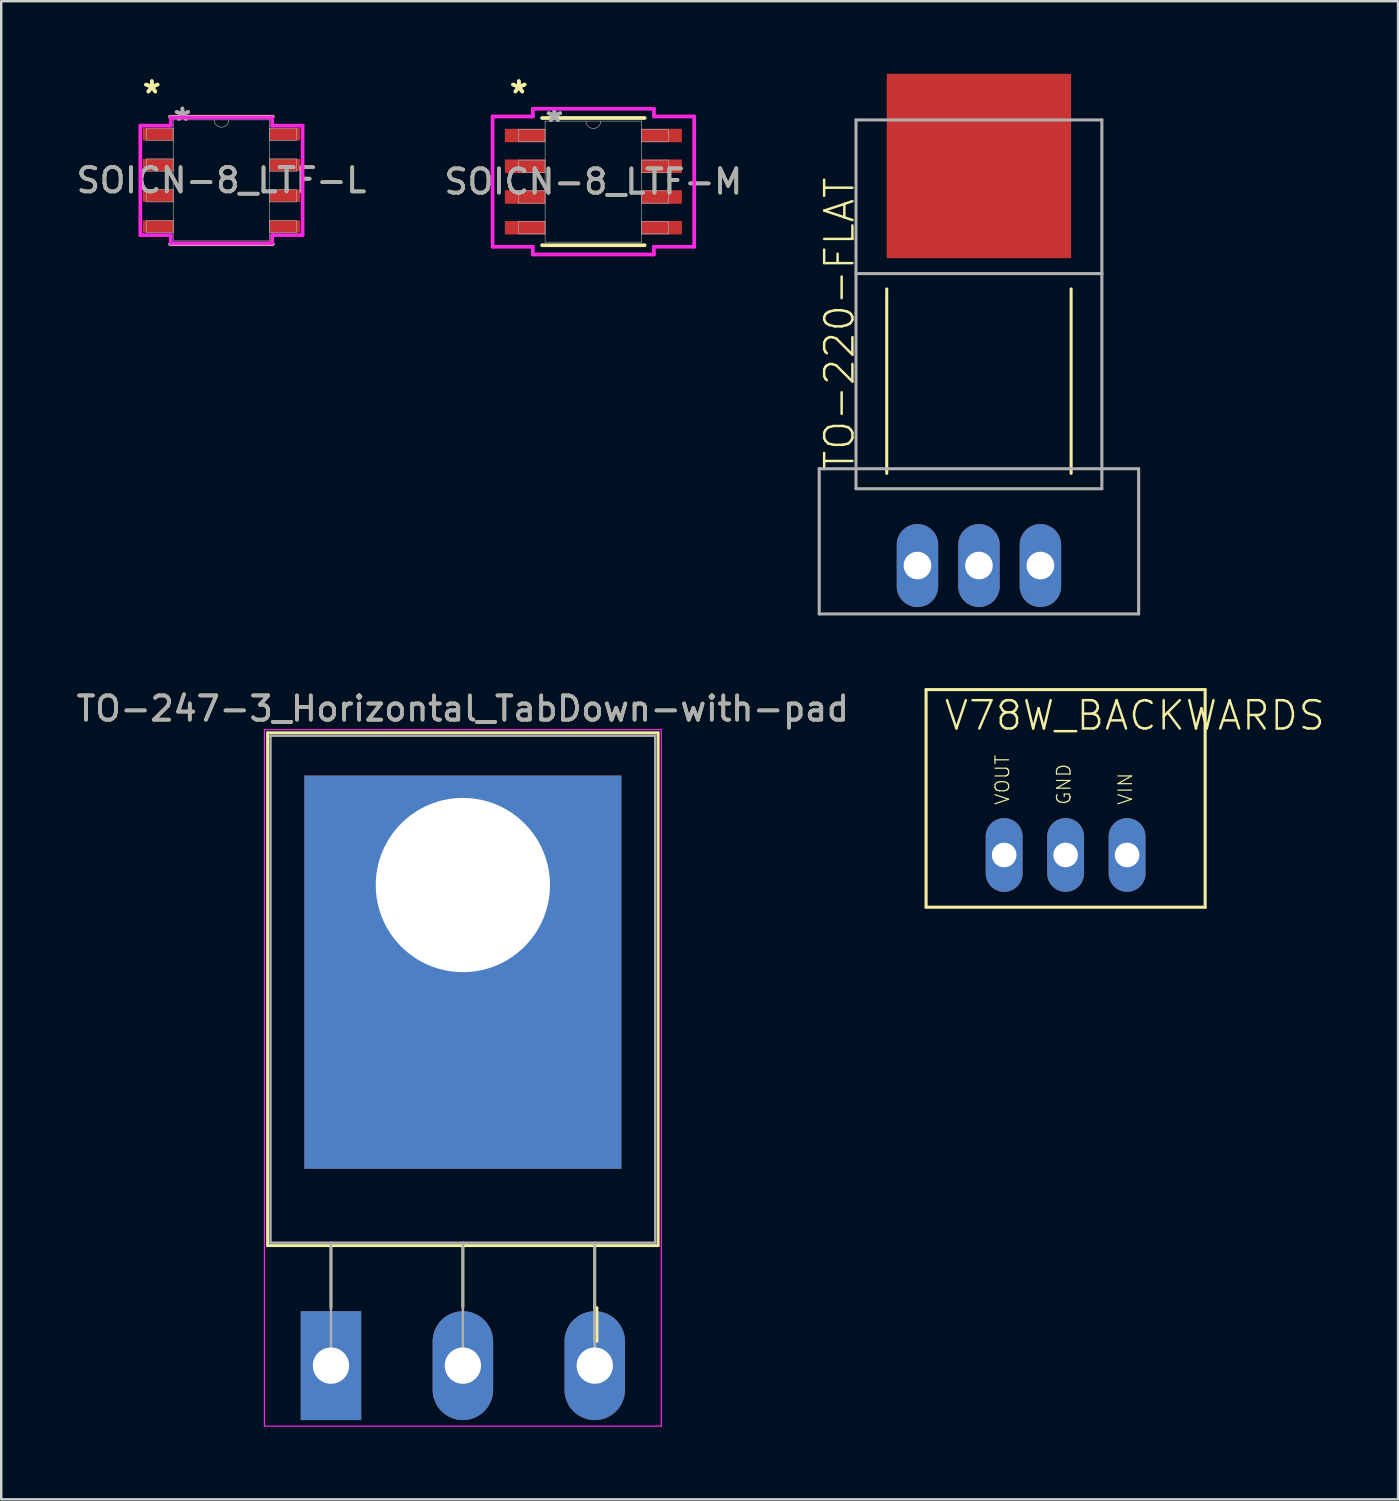
<source format=kicad_pcb>
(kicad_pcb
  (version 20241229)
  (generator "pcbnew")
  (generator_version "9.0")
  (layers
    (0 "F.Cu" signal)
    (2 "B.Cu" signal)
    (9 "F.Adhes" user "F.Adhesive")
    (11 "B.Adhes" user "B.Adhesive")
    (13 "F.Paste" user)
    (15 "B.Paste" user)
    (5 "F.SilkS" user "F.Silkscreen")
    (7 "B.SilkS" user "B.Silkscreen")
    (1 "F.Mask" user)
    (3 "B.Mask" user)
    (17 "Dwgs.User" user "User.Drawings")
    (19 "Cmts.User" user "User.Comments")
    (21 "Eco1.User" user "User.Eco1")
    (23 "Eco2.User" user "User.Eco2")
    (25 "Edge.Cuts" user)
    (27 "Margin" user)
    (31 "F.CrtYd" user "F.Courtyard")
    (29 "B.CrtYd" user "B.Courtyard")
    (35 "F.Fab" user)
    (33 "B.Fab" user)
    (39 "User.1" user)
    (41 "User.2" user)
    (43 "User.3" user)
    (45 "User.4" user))
  (footprint "V78W_BACKWARDS"
    (layer "F.Cu")
    (at 40.984 28.47)
    (property "Reference" "V78W_BACKWARDS" (at -5.08 -1.27 0) (layer "F.SilkS") (effects (font (size 1.168 1.168) (thickness 0.102)) (justify left bottom)))
    (fp_line (start -5.766 -3.023) (end 5.766 -3.023) (stroke (width 0.127) (type solid)) (layer "F.SilkS"))
    (fp_line (start -5.766 5.969) (end -5.766 -3.023) (stroke (width 0.127) (type solid)) (layer "F.SilkS"))
    (fp_line (start -5.766 5.969) (end 5.766 5.969) (stroke (width 0.127) (type solid)) (layer "F.SilkS"))
    (fp_line (start 5.766 5.969) (end 5.766 -3.023) (stroke (width 0.127) (type solid)) (layer "F.SilkS"))
    (fp_text user "VOUT" (at -2.286 1.778 90) (layer "F.SilkS") (effects (font (size 0.561 0.561) (thickness 0.049)) (justify left bottom)))
    (fp_text user "GND" (at 0.254 1.778 90) (layer "F.SilkS") (effects (font (size 0.561 0.561) (thickness 0.049)) (justify left bottom)))
    (fp_text user "VIN" (at 2.794 1.778 90) (layer "F.SilkS") (effects (font (size 0.561 0.561) (thickness 0.049)) (justify left bottom)))
    (pad "GND" thru_hole oval (at 0 3.81 90) (size 3.048 1.524) (drill 1.016) (layers "*.Cu" "*.Mask"))
    (pad "IN" thru_hole oval (at 2.54 3.81 90) (size 3.048 1.524) (drill 1.016) (layers "*.Cu" "*.Mask"))
    (pad "OUT" thru_hole oval (at -2.54 3.81 90) (size 3.048 1.524) (drill 1.016) (layers "*.Cu" "*.Mask")))
  (footprint "TO-247-3_Horizontal_TabDown-with-pad"
    (layer "F.Cu")
    (at 10.627 53.382)
    (property "Reference" "TO-247-3_Horizontal_TabDown-with-pad" (at 5.45 -27.15 0) (layer "F.SilkS") (effects (font (size 1 1) (thickness 0.15))))
    (attr through_hole)
    (fp_line (start -2.62 -26.15) (end -2.62 -4.96) (stroke (width 0.12) (type solid)) (layer "F.SilkS"))
    (fp_line (start -2.62 -26.15) (end 13.52 -26.15) (stroke (width 0.12) (type solid)) (layer "F.SilkS"))
    (fp_line (start -2.62 -4.96) (end 13.52 -4.96) (stroke (width 0.12) (type solid)) (layer "F.SilkS"))
    (fp_line (start 0 -4.96) (end 0 -2.4) (stroke (width 0.12) (type solid)) (layer "F.SilkS"))
    (fp_line (start 5.45 -4.96) (end 5.45 -2.4) (stroke (width 0.12) (type solid)) (layer "F.SilkS"))
    (fp_line (start 10.9 -4.96) (end 10.9 -2.4) (stroke (width 0.12) (type solid)) (layer "F.SilkS"))
    (fp_line (start 13.52 -26.15) (end 13.52 -4.96) (stroke (width 0.12) (type solid)) (layer "F.SilkS"))
    (fp_rect (start 10.9 -2.4) (end 11 -1) (stroke (width 0.1) (type default)) (fill no) (layer "F.SilkS"))
    (fp_line (start -2.75 -26.28) (end -2.75 2.5) (stroke (width 0.05) (type solid)) (layer "F.CrtYd"))
    (fp_line (start -2.75 2.5) (end 13.65 2.5) (stroke (width 0.05) (type solid)) (layer "F.CrtYd"))
    (fp_line (start 13.65 -26.28) (end -2.75 -26.28) (stroke (width 0.05) (type solid)) (layer "F.CrtYd"))
    (fp_line (start 13.65 2.5) (end 13.65 -26.28) (stroke (width 0.05) (type solid)) (layer "F.CrtYd"))
    (fp_line (start -2.5 -26.03) (end 13.4 -26.03) (stroke (width 0.1) (type solid)) (layer "F.Fab"))
    (fp_line (start -2.5 -5.08) (end -2.5 -26.03) (stroke (width 0.1) (type solid)) (layer "F.Fab"))
    (fp_line (start 0 -5.08) (end 0 0) (stroke (width 0.1) (type solid)) (layer "F.Fab"))
    (fp_line (start 5.45 -5.08) (end 5.45 0) (stroke (width 0.1) (type solid)) (layer "F.Fab"))
    (fp_line (start 10.9 -5.08) (end 10.9 0) (stroke (width 0.1) (type solid)) (layer "F.Fab"))
    (fp_line (start 13.4 -26.03) (end 13.4 -5.08) (stroke (width 0.1) (type solid)) (layer "F.Fab"))
    (fp_line (start 13.4 -5.08) (end -2.5 -5.08) (stroke (width 0.1) (type solid)) (layer "F.Fab"))
    (fp_circle (center 5.45 -19.86) (end 7.255 -19.86) (stroke (width 0.1) (type solid)) (fill no) (layer "F.Fab"))
    (fp_text user "${REFERENCE}" (at 5.45 -27.15 0) (layer "F.Fab") (effects (font (size 1 1) (thickness 0.15))))
    (pad "" np_thru_hole oval (at 5.45 -19.86) (size 3.6 3.6) (drill 3.6) (layers "*.Cu" "*.Mask"))
    (pad "1" thru_hole rect (at 0 0) (size 2.5 4.5) (drill 1.5) (layers "*.Cu" "*.Mask"))
    (pad "2" thru_hole oval (at 5.45 0) (size 2.5 4.5) (drill 1.5) (layers "*.Cu" "*.Mask"))
    (pad "3" thru_hole oval (at 10.9 0) (size 2.5 4.5) (drill 1.5) (layers "*.Cu" "*.Mask"))
    (pad "4" thru_hole rect (at 5.45 -19.86) (size 13.1 16.25) (drill 7.2 (offset 0 3.6)) (layers "*.Cu" "*.Mask")))
  (footprint "TO-220-FLAT"
    (layer "F.Cu")
    (at 37.402 20.32)
    (property "Reference" "TO-220-FLAT" (at -5.08 -3.81 90) (layer "F.SilkS") (effects (font (size 1.168 1.168) (thickness 0.102)) (justify left bottom)))
    (fp_line (start -3.81 -11.43) (end -3.81 -3.81) (stroke (width 0.127) (type solid)) (layer "F.SilkS"))
    (fp_line (start 3.81 -3.81) (end 3.81 -11.43) (stroke (width 0.127) (type solid)) (layer "F.SilkS"))
    (fp_line (start -6.6 -4) (end 6.6 -4) (stroke (width 0.127) (type solid)) (layer "F.Fab"))
    (fp_line (start -6.6 2) (end -6.6 -4) (stroke (width 0.127) (type solid)) (layer "F.Fab"))
    (fp_line (start -5.08 -18.415) (end -5.08 -12.065) (stroke (width 0.127) (type solid)) (layer "F.Fab"))
    (fp_line (start -5.08 -12.065) (end -5.08 -3.175) (stroke (width 0.127) (type solid)) (layer "F.Fab"))
    (fp_line (start -5.08 -12.065) (end 5.08 -12.065) (stroke (width 0.127) (type solid)) (layer "F.Fab"))
    (fp_line (start -5.08 -3.175) (end 5.08 -3.175) (stroke (width 0.127) (type solid)) (layer "F.Fab"))
    (fp_line (start 5.08 -18.415) (end -5.08 -18.415) (stroke (width 0.127) (type solid)) (layer "F.Fab"))
    (fp_line (start 5.08 -12.065) (end 5.08 -18.415) (stroke (width 0.127) (type solid)) (layer "F.Fab"))
    (fp_line (start 5.08 -3.175) (end 5.08 -12.065) (stroke (width 0.127) (type solid)) (layer "F.Fab"))
    (fp_line (start 6.6 -4) (end 6.6 2) (stroke (width 0.127) (type solid)) (layer "F.Fab"))
    (fp_line (start 6.6 2) (end -6.6 2) (stroke (width 0.127) (type solid)) (layer "F.Fab"))
    (pad "1" thru_hole oval (at -2.54 0 90) (size 3.429 1.714) (drill 1.143) (layers "*.Cu" "*.Mask"))
    (pad "2" thru_hole oval (at 0 0 90) (size 3.429 1.714) (drill 1.143) (layers "*.Cu" "*.Mask"))
    (pad "3" thru_hole oval (at 2.54 0 90) (size 3.429 1.714) (drill 1.143) (layers "*.Cu" "*.Mask"))
    (pad "PAD" smd rect (at 0 -16.51) (size 7.62 7.62) (layers "F.Cu" "F.Mask" "F.Paste")))
  (footprint "SOICN-8_LTF-M"
    (layer "F.Cu")
    (at 21.47 4.455)
    (property "Reference" "SOICN-8_LTF-M" (at 0 0 0) (unlocked yes) (layer "F.SilkS") (effects (font (size 1 1) (thickness 0.15))))
    (attr smd)
    (fp_line (start -2.121 2.629) (end 2.121 2.629) (stroke (width 0.152) (type solid)) (layer "F.SilkS"))
    (fp_line (start 2.121 -2.629) (end -2.121 -2.629) (stroke (width 0.152) (type solid)) (layer "F.SilkS"))
    (fp_line (start -4.166 -2.692) (end -2.502 -2.692) (stroke (width 0.152) (type solid)) (layer "F.CrtYd"))
    (fp_line (start -4.166 2.692) (end -4.166 -2.692) (stroke (width 0.152) (type solid)) (layer "F.CrtYd"))
    (fp_line (start -4.166 2.692) (end -2.502 2.692) (stroke (width 0.152) (type solid)) (layer "F.CrtYd"))
    (fp_line (start -2.502 -3.01) (end 2.502 -3.01) (stroke (width 0.152) (type solid)) (layer "F.CrtYd"))
    (fp_line (start -2.502 -2.692) (end -2.502 -3.01) (stroke (width 0.152) (type solid)) (layer "F.CrtYd"))
    (fp_line (start -2.502 3.01) (end -2.502 2.692) (stroke (width 0.152) (type solid)) (layer "F.CrtYd"))
    (fp_line (start 2.502 -3.01) (end 2.502 -2.692) (stroke (width 0.152) (type solid)) (layer "F.CrtYd"))
    (fp_line (start 2.502 2.692) (end 2.502 3.01) (stroke (width 0.152) (type solid)) (layer "F.CrtYd"))
    (fp_line (start 2.502 3.01) (end -2.502 3.01) (stroke (width 0.152) (type solid)) (layer "F.CrtYd"))
    (fp_line (start 4.166 -2.692) (end 2.502 -2.692) (stroke (width 0.152) (type solid)) (layer "F.CrtYd"))
    (fp_line (start 4.166 -2.692) (end 4.166 2.692) (stroke (width 0.152) (type solid)) (layer "F.CrtYd"))
    (fp_line (start 4.166 2.692) (end 2.502 2.692) (stroke (width 0.152) (type solid)) (layer "F.CrtYd"))
    (fp_line (start -3.099 -2.159) (end -3.099 -1.651) (stroke (width 0.025) (type solid)) (layer "F.Fab"))
    (fp_line (start -3.099 -1.651) (end -1.994 -1.651) (stroke (width 0.025) (type solid)) (layer "F.Fab"))
    (fp_line (start -3.099 -0.889) (end -3.099 -0.381) (stroke (width 0.025) (type solid)) (layer "F.Fab"))
    (fp_line (start -3.099 -0.381) (end -1.994 -0.381) (stroke (width 0.025) (type solid)) (layer "F.Fab"))
    (fp_line (start -3.099 0.381) (end -3.099 0.889) (stroke (width 0.025) (type solid)) (layer "F.Fab"))
    (fp_line (start -3.099 0.889) (end -1.994 0.889) (stroke (width 0.025) (type solid)) (layer "F.Fab"))
    (fp_line (start -3.099 1.651) (end -3.099 2.159) (stroke (width 0.025) (type solid)) (layer "F.Fab"))
    (fp_line (start -3.099 2.159) (end -1.994 2.159) (stroke (width 0.025) (type solid)) (layer "F.Fab"))
    (fp_line (start -1.994 -2.502) (end -1.994 2.502) (stroke (width 0.025) (type solid)) (layer "F.Fab"))
    (fp_line (start -1.994 -2.159) (end -3.099 -2.159) (stroke (width 0.025) (type solid)) (layer "F.Fab"))
    (fp_line (start -1.994 -1.651) (end -1.994 -2.159) (stroke (width 0.025) (type solid)) (layer "F.Fab"))
    (fp_line (start -1.994 -0.889) (end -3.099 -0.889) (stroke (width 0.025) (type solid)) (layer "F.Fab"))
    (fp_line (start -1.994 -0.381) (end -1.994 -0.889) (stroke (width 0.025) (type solid)) (layer "F.Fab"))
    (fp_line (start -1.994 0.381) (end -3.099 0.381) (stroke (width 0.025) (type solid)) (layer "F.Fab"))
    (fp_line (start -1.994 0.889) (end -1.994 0.381) (stroke (width 0.025) (type solid)) (layer "F.Fab"))
    (fp_line (start -1.994 1.651) (end -3.099 1.651) (stroke (width 0.025) (type solid)) (layer "F.Fab"))
    (fp_line (start -1.994 2.159) (end -1.994 1.651) (stroke (width 0.025) (type solid)) (layer "F.Fab"))
    (fp_line (start -1.994 2.502) (end 1.994 2.502) (stroke (width 0.025) (type solid)) (layer "F.Fab"))
    (fp_line (start 1.994 -2.502) (end -1.994 -2.502) (stroke (width 0.025) (type solid)) (layer "F.Fab"))
    (fp_line (start 1.994 -2.159) (end 1.994 -1.651) (stroke (width 0.025) (type solid)) (layer "F.Fab"))
    (fp_line (start 1.994 -1.651) (end 3.099 -1.651) (stroke (width 0.025) (type solid)) (layer "F.Fab"))
    (fp_line (start 1.994 -0.889) (end 1.994 -0.381) (stroke (width 0.025) (type solid)) (layer "F.Fab"))
    (fp_line (start 1.994 -0.381) (end 3.099 -0.381) (stroke (width 0.025) (type solid)) (layer "F.Fab"))
    (fp_line (start 1.994 0.381) (end 1.994 0.889) (stroke (width 0.025) (type solid)) (layer "F.Fab"))
    (fp_line (start 1.994 0.889) (end 3.099 0.889) (stroke (width 0.025) (type solid)) (layer "F.Fab"))
    (fp_line (start 1.994 1.651) (end 1.994 2.159) (stroke (width 0.025) (type solid)) (layer "F.Fab"))
    (fp_line (start 1.994 2.159) (end 3.099 2.159) (stroke (width 0.025) (type solid)) (layer "F.Fab"))
    (fp_line (start 1.994 2.502) (end 1.994 -2.502) (stroke (width 0.025) (type solid)) (layer "F.Fab"))
    (fp_line (start 3.099 -2.159) (end 1.994 -2.159) (stroke (width 0.025) (type solid)) (layer "F.Fab"))
    (fp_line (start 3.099 -1.651) (end 3.099 -2.159) (stroke (width 0.025) (type solid)) (layer "F.Fab"))
    (fp_line (start 3.099 -0.889) (end 1.994 -0.889) (stroke (width 0.025) (type solid)) (layer "F.Fab"))
    (fp_line (start 3.099 -0.381) (end 3.099 -0.889) (stroke (width 0.025) (type solid)) (layer "F.Fab"))
    (fp_line (start 3.099 0.381) (end 1.994 0.381) (stroke (width 0.025) (type solid)) (layer "F.Fab"))
    (fp_line (start 3.099 0.889) (end 3.099 0.381) (stroke (width 0.025) (type solid)) (layer "F.Fab"))
    (fp_line (start 3.099 1.651) (end 1.994 1.651) (stroke (width 0.025) (type solid)) (layer "F.Fab"))
    (fp_line (start 3.099 2.159) (end 3.099 1.651) (stroke (width 0.025) (type solid)) (layer "F.Fab"))
    (fp_arc (start 0.3048 -2.5019) (mid 0 -2.1971) (end -0.3048 -2.5019) (stroke (width 0.0254) (type solid)) (layer "F.Fab"))
    (fp_text user "*" (at -3.08 -3.607 0) (layer "F.SilkS") (effects (font (size 1 1) (thickness 0.15))))
    (fp_text user "*" (at -3.08 -3.607 0) (unlocked yes) (layer "F.SilkS") (effects (font (size 1 1) (thickness 0.15))))
    (fp_text user "*" (at -1.613 -2.426 0) (unlocked yes) (layer "F.Fab") (effects (font (size 1 1) (thickness 0.15))))
    (fp_text user "${REFERENCE}" (at 0 0 0) (unlocked yes) (layer "F.Fab") (effects (font (size 1 1) (thickness 0.15))))
    (fp_text user "*" (at -1.613 -2.426 0) (layer "F.Fab") (effects (font (size 1 1) (thickness 0.15))))
    (pad "1" smd rect (at -2.826 -1.905) (size 1.664 0.559) (layers "F.Cu" "F.Mask" "F.Paste"))
    (pad "2" smd rect (at -2.826 -0.635) (size 1.664 0.559) (layers "F.Cu" "F.Mask" "F.Paste"))
    (pad "3" smd rect (at -2.826 0.635) (size 1.664 0.559) (layers "F.Cu" "F.Mask" "F.Paste"))
    (pad "4" smd rect (at -2.826 1.905) (size 1.664 0.559) (layers "F.Cu" "F.Mask" "F.Paste"))
    (pad "5" smd rect (at 2.826 1.905) (size 1.664 0.559) (layers "F.Cu" "F.Mask" "F.Paste"))
    (pad "6" smd rect (at 2.826 0.635) (size 1.664 0.559) (layers "F.Cu" "F.Mask" "F.Paste"))
    (pad "7" smd rect (at 2.826 -0.635) (size 1.664 0.559) (layers "F.Cu" "F.Mask" "F.Paste"))
    (pad "8" smd rect (at 2.826 -1.905) (size 1.664 0.559) (layers "F.Cu" "F.Mask" "F.Paste")))
  (footprint "SOICN-8_LTF-L"
    (layer "F.Cu")
    (at 6.101 4.404)
    (property "Reference" "SOICN-8_LTF-L" (at 0 0 0) (unlocked yes) (layer "F.SilkS") (effects (font (size 1 1) (thickness 0.15))))
    (attr smd)
    (fp_line (start -2.121 2.629) (end 2.121 2.629) (stroke (width 0.152) (type solid)) (layer "F.SilkS"))
    (fp_line (start 2.121 -2.629) (end -2.121 -2.629) (stroke (width 0.152) (type solid)) (layer "F.SilkS"))
    (fp_line (start -3.353 -2.261) (end -2.095 -2.261) (stroke (width 0.152) (type solid)) (layer "F.CrtYd"))
    (fp_line (start -3.353 2.261) (end -3.353 -2.261) (stroke (width 0.152) (type solid)) (layer "F.CrtYd"))
    (fp_line (start -3.353 2.261) (end -2.095 2.261) (stroke (width 0.152) (type solid)) (layer "F.CrtYd"))
    (fp_line (start -2.095 -2.603) (end 2.095 -2.603) (stroke (width 0.152) (type solid)) (layer "F.CrtYd"))
    (fp_line (start -2.095 -2.261) (end -2.095 -2.603) (stroke (width 0.152) (type solid)) (layer "F.CrtYd"))
    (fp_line (start -2.095 2.603) (end -2.095 2.261) (stroke (width 0.152) (type solid)) (layer "F.CrtYd"))
    (fp_line (start 2.095 -2.603) (end 2.095 -2.261) (stroke (width 0.152) (type solid)) (layer "F.CrtYd"))
    (fp_line (start 2.095 2.261) (end 2.095 2.603) (stroke (width 0.152) (type solid)) (layer "F.CrtYd"))
    (fp_line (start 2.095 2.603) (end -2.095 2.603) (stroke (width 0.152) (type solid)) (layer "F.CrtYd"))
    (fp_line (start 3.353 -2.261) (end 2.095 -2.261) (stroke (width 0.152) (type solid)) (layer "F.CrtYd"))
    (fp_line (start 3.353 -2.261) (end 3.353 2.261) (stroke (width 0.152) (type solid)) (layer "F.CrtYd"))
    (fp_line (start 3.353 2.261) (end 2.095 2.261) (stroke (width 0.152) (type solid)) (layer "F.CrtYd"))
    (fp_line (start -3.099 -2.159) (end -3.099 -1.651) (stroke (width 0.025) (type solid)) (layer "F.Fab"))
    (fp_line (start -3.099 -1.651) (end -1.994 -1.651) (stroke (width 0.025) (type solid)) (layer "F.Fab"))
    (fp_line (start -3.099 -0.889) (end -3.099 -0.381) (stroke (width 0.025) (type solid)) (layer "F.Fab"))
    (fp_line (start -3.099 -0.381) (end -1.994 -0.381) (stroke (width 0.025) (type solid)) (layer "F.Fab"))
    (fp_line (start -3.099 0.381) (end -3.099 0.889) (stroke (width 0.025) (type solid)) (layer "F.Fab"))
    (fp_line (start -3.099 0.889) (end -1.994 0.889) (stroke (width 0.025) (type solid)) (layer "F.Fab"))
    (fp_line (start -3.099 1.651) (end -3.099 2.159) (stroke (width 0.025) (type solid)) (layer "F.Fab"))
    (fp_line (start -3.099 2.159) (end -1.994 2.159) (stroke (width 0.025) (type solid)) (layer "F.Fab"))
    (fp_line (start -1.994 -2.502) (end -1.994 2.502) (stroke (width 0.025) (type solid)) (layer "F.Fab"))
    (fp_line (start -1.994 -2.159) (end -3.099 -2.159) (stroke (width 0.025) (type solid)) (layer "F.Fab"))
    (fp_line (start -1.994 -1.651) (end -1.994 -2.159) (stroke (width 0.025) (type solid)) (layer "F.Fab"))
    (fp_line (start -1.994 -0.889) (end -3.099 -0.889) (stroke (width 0.025) (type solid)) (layer "F.Fab"))
    (fp_line (start -1.994 -0.381) (end -1.994 -0.889) (stroke (width 0.025) (type solid)) (layer "F.Fab"))
    (fp_line (start -1.994 0.381) (end -3.099 0.381) (stroke (width 0.025) (type solid)) (layer "F.Fab"))
    (fp_line (start -1.994 0.889) (end -1.994 0.381) (stroke (width 0.025) (type solid)) (layer "F.Fab"))
    (fp_line (start -1.994 1.651) (end -3.099 1.651) (stroke (width 0.025) (type solid)) (layer "F.Fab"))
    (fp_line (start -1.994 2.159) (end -1.994 1.651) (stroke (width 0.025) (type solid)) (layer "F.Fab"))
    (fp_line (start -1.994 2.502) (end 1.994 2.502) (stroke (width 0.025) (type solid)) (layer "F.Fab"))
    (fp_line (start 1.994 -2.502) (end -1.994 -2.502) (stroke (width 0.025) (type solid)) (layer "F.Fab"))
    (fp_line (start 1.994 -2.159) (end 1.994 -1.651) (stroke (width 0.025) (type solid)) (layer "F.Fab"))
    (fp_line (start 1.994 -1.651) (end 3.099 -1.651) (stroke (width 0.025) (type solid)) (layer "F.Fab"))
    (fp_line (start 1.994 -0.889) (end 1.994 -0.381) (stroke (width 0.025) (type solid)) (layer "F.Fab"))
    (fp_line (start 1.994 -0.381) (end 3.099 -0.381) (stroke (width 0.025) (type solid)) (layer "F.Fab"))
    (fp_line (start 1.994 0.381) (end 1.994 0.889) (stroke (width 0.025) (type solid)) (layer "F.Fab"))
    (fp_line (start 1.994 0.889) (end 3.099 0.889) (stroke (width 0.025) (type solid)) (layer "F.Fab"))
    (fp_line (start 1.994 1.651) (end 1.994 2.159) (stroke (width 0.025) (type solid)) (layer "F.Fab"))
    (fp_line (start 1.994 2.159) (end 3.099 2.159) (stroke (width 0.025) (type solid)) (layer "F.Fab"))
    (fp_line (start 1.994 2.502) (end 1.994 -2.502) (stroke (width 0.025) (type solid)) (layer "F.Fab"))
    (fp_line (start 3.099 -2.159) (end 1.994 -2.159) (stroke (width 0.025) (type solid)) (layer "F.Fab"))
    (fp_line (start 3.099 -1.651) (end 3.099 -2.159) (stroke (width 0.025) (type solid)) (layer "F.Fab"))
    (fp_line (start 3.099 -0.889) (end 1.994 -0.889) (stroke (width 0.025) (type solid)) (layer "F.Fab"))
    (fp_line (start 3.099 -0.381) (end 3.099 -0.889) (stroke (width 0.025) (type solid)) (layer "F.Fab"))
    (fp_line (start 3.099 0.381) (end 1.994 0.381) (stroke (width 0.025) (type solid)) (layer "F.Fab"))
    (fp_line (start 3.099 0.889) (end 3.099 0.381) (stroke (width 0.025) (type solid)) (layer "F.Fab"))
    (fp_line (start 3.099 1.651) (end 1.994 1.651) (stroke (width 0.025) (type solid)) (layer "F.Fab"))
    (fp_line (start 3.099 2.159) (end 3.099 1.651) (stroke (width 0.025) (type solid)) (layer "F.Fab"))
    (fp_arc (start 0.3048 -2.5019) (mid 0 -2.1971) (end -0.3048 -2.5019) (stroke (width 0.0254) (type solid)) (layer "F.Fab"))
    (fp_text user "*" (at -2.877 -3.556 0) (layer "F.SilkS") (effects (font (size 1 1) (thickness 0.15))))
    (fp_text user "*" (at -2.877 -3.556 0) (unlocked yes) (layer "F.SilkS") (effects (font (size 1 1) (thickness 0.15))))
    (fp_text user "${REFERENCE}" (at 0 0 0) (unlocked yes) (layer "F.Fab") (effects (font (size 1 1) (thickness 0.15))))
    (fp_text user "*" (at -1.613 -2.426 0) (unlocked yes) (layer "F.Fab") (effects (font (size 1 1) (thickness 0.15))))
    (fp_text user "*" (at -1.613 -2.426 0) (layer "F.Fab") (effects (font (size 1 1) (thickness 0.15))))
    (pad "1" smd rect (at -2.623 -1.905) (size 1.257 0.508) (layers "F.Cu" "F.Mask" "F.Paste"))
    (pad "2" smd rect (at -2.623 -0.635) (size 1.257 0.508) (layers "F.Cu" "F.Mask" "F.Paste"))
    (pad "3" smd rect (at -2.623 0.635) (size 1.257 0.508) (layers "F.Cu" "F.Mask" "F.Paste"))
    (pad "4" smd rect (at -2.623 1.905) (size 1.257 0.508) (layers "F.Cu" "F.Mask" "F.Paste"))
    (pad "5" smd rect (at 2.623 1.905) (size 1.257 0.508) (layers "F.Cu" "F.Mask" "F.Paste"))
    (pad "6" smd rect (at 2.623 0.635) (size 1.257 0.508) (layers "F.Cu" "F.Mask" "F.Paste"))
    (pad "7" smd rect (at 2.623 -0.635) (size 1.257 0.508) (layers "F.Cu" "F.Mask" "F.Paste"))
    (pad "8" smd rect (at 2.623 -1.905) (size 1.257 0.508) (layers "F.Cu" "F.Mask" "F.Paste")))
  (gr_rect
    (start -3 -3)
    (end 54.721 58.907)
    (stroke (width 0.1) (type default))
    (fill no)
    (layer "Edge.Cuts")))
</source>
